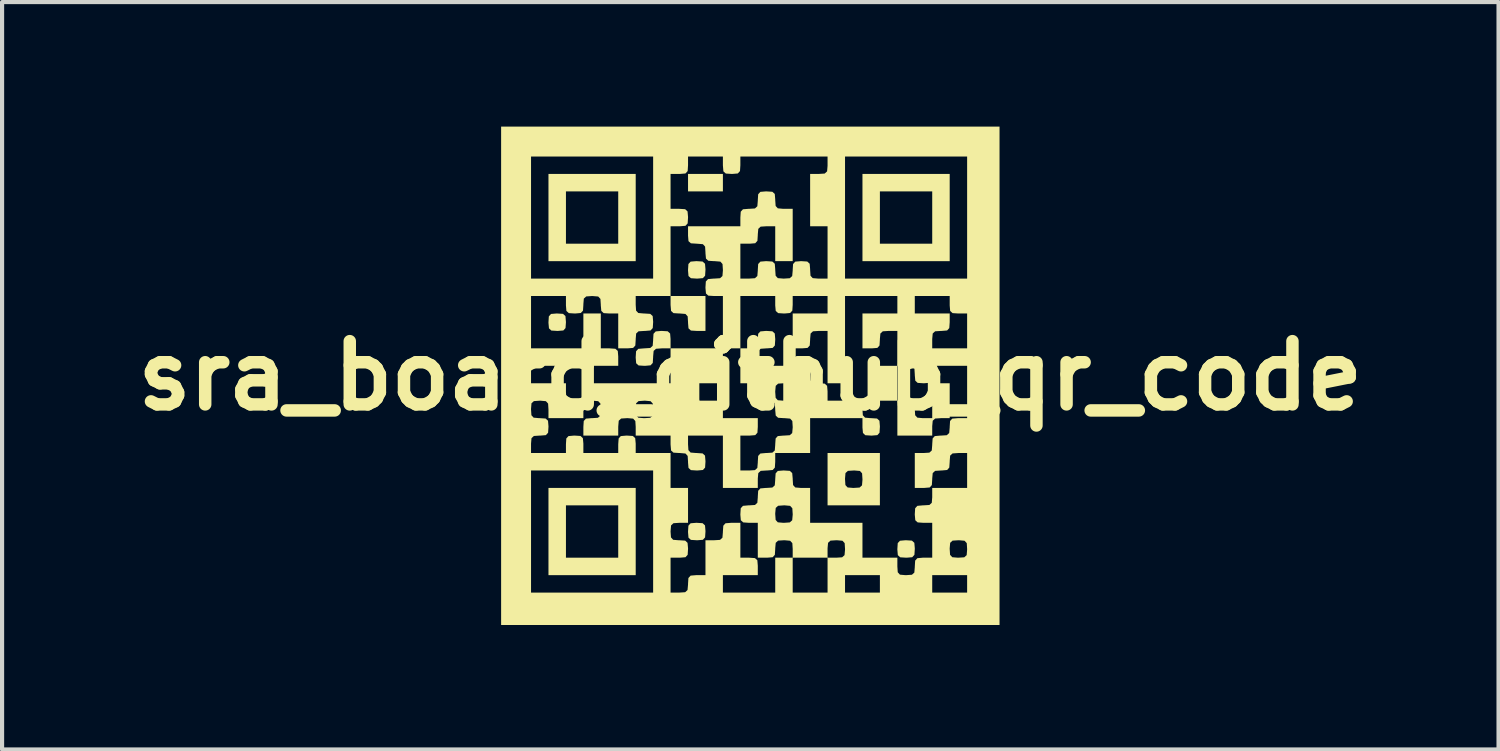
<source format=kicad_pcb>
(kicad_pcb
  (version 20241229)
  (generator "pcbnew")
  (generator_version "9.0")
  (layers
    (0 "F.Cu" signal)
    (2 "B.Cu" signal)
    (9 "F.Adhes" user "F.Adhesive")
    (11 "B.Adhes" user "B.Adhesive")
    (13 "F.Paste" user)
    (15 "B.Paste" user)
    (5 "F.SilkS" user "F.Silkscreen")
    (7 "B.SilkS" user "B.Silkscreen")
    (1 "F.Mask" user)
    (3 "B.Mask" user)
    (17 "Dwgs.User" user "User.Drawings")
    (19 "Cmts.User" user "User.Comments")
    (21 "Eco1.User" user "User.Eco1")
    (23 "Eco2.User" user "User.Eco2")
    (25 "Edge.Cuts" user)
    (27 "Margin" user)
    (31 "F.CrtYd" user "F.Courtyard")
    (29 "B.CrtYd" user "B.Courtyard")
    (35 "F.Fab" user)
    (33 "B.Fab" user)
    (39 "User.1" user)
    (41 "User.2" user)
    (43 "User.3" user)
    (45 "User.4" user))
  (footprint "sra_board_github_qr_code"
    (layer "F.Cu")
    (at 15.03 6.005)
    (property "Reference" "sra_board_github_qr_code" (at 0 0 0) (layer "F.SilkS") (effects (font (size 1.524 1.524) (thickness 0.3))))
    (attr board_only exclude_from_pos_files exclude_from_bom)
    (fp_poly (pts (xy -0.661 -4.443) (xy -1.501 -4.443) (xy -1.501 -4.864) (xy -0.661 -4.864)) (stroke (width 0) (type solid)) (fill yes) (layer "F.SilkS"))
    (fp_poly (pts (xy 3.543 0.6) (xy 3.122 0.6) (xy 3.122 -0.24) (xy 3.543 -0.24)) (stroke (width 0) (type solid)) (fill yes) (layer "F.SilkS"))
    (fp_poly (pts (xy -2.762 -2.762) (xy -4.864 -2.762) (xy -4.864 -3.183) (xy -4.443 -3.183) (xy -3.183 -3.183) (xy -3.183 -4.443) (xy -4.443 -4.443) (xy -4.443 -3.183) (xy -4.864 -3.183) (xy -4.864 -4.864) (xy -2.762 -4.864)) (stroke (width 0) (type solid)) (fill yes) (layer "F.SilkS"))
    (fp_poly (pts (xy -2.762 4.804) (xy -4.864 4.804) (xy -4.864 4.383) (xy -4.443 4.383) (xy -3.183 4.383) (xy -3.183 3.122) (xy -4.443 3.122) (xy -4.443 4.383) (xy -4.864 4.383) (xy -4.864 2.702) (xy -2.762 2.702)) (stroke (width 0) (type solid)) (fill yes) (layer "F.SilkS"))
    (fp_poly (pts (xy 4.804 -2.762) (xy 2.702 -2.762) (xy 2.702 -3.183) (xy 3.122 -3.183) (xy 4.383 -3.183) (xy 4.383 -4.443) (xy 3.122 -4.443) (xy 3.122 -3.183) (xy 2.702 -3.183) (xy 2.702 -4.864) (xy 4.804 -4.864)) (stroke (width 0) (type solid)) (fill yes) (layer "F.SilkS"))
    (fp_poly (pts (xy -4.513 -1.492) (xy -4.455 -1.439) (xy -4.444 -1.307) (xy -4.443 -1.291) (xy -4.453 -1.15) (xy -4.505 -1.092) (xy -4.638 -1.081) (xy -4.654 -1.081) (xy -4.795 -1.09) (xy -4.852 -1.143) (xy -4.864 -1.275) (xy -4.864 -1.291) (xy -4.855 -1.432) (xy -4.802 -1.49) (xy -4.67 -1.501) (xy -4.654 -1.501)) (stroke (width 0) (type solid)) (fill yes) (layer "F.SilkS"))
    (fp_poly (pts (xy -1.15 -2.753) (xy -1.092 -2.7) (xy -1.081 -2.568) (xy -1.081 -2.552) (xy -1.09 -2.411) (xy -1.143 -2.353) (xy -1.275 -2.342) (xy -1.291 -2.342) (xy -1.432 -2.351) (xy -1.49 -2.404) (xy -1.501 -2.536) (xy -1.501 -2.552) (xy -1.492 -2.693) (xy -1.439 -2.751) (xy -1.307 -2.762) (xy -1.291 -2.762)) (stroke (width 0) (type solid)) (fill yes) (layer "F.SilkS"))
    (fp_poly (pts (xy -1.15 3.552) (xy -1.092 3.605) (xy -1.081 3.737) (xy -1.081 3.753) (xy -1.09 3.894) (xy -1.143 3.952) (xy -1.275 3.963) (xy -1.291 3.963) (xy -1.432 3.954) (xy -1.49 3.901) (xy -1.501 3.769) (xy -1.501 3.753) (xy -1.492 3.612) (xy -1.439 3.554) (xy -1.307 3.543) (xy -1.291 3.543)) (stroke (width 0) (type solid)) (fill yes) (layer "F.SilkS"))
    (fp_poly (pts (xy -1.081 -1.081) (xy -1.291 -1.081) (xy -1.432 -1.09) (xy -1.49 -1.143) (xy -1.501 -1.275) (xy -1.501 -1.291) (xy -1.51 -1.432) (xy -1.563 -1.49) (xy -1.695 -1.501) (xy -1.711 -1.501) (xy -1.852 -1.51) (xy -1.91 -1.563) (xy -1.921 -1.695) (xy -1.922 -1.711) (xy -1.922 -1.922) (xy -1.081 -1.922)) (stroke (width 0) (type solid)) (fill yes) (layer "F.SilkS"))
    (fp_poly (pts (xy 3.894 3.972) (xy 3.952 4.025) (xy 3.963 4.157) (xy 3.963 4.173) (xy 3.954 4.314) (xy 3.901 4.372) (xy 3.769 4.383) (xy 3.753 4.383) (xy 3.612 4.374) (xy 3.554 4.322) (xy 3.543 4.189) (xy 3.543 4.173) (xy 3.552 4.032) (xy 3.605 3.975) (xy 3.737 3.963) (xy 3.753 3.963)) (stroke (width 0) (type solid)) (fill yes) (layer "F.SilkS"))
    (fp_poly (pts (xy 4.804 1.021) (xy 4.594 1.021) (xy 4.453 1.03) (xy 4.395 1.083) (xy 4.383 1.215) (xy 4.383 1.231) (xy 4.383 1.441) (xy 3.543 1.441) (xy 3.543 0.6) (xy 3.753 0.6) (xy 3.894 0.61) (xy 3.952 0.662) (xy 3.963 0.795) (xy 3.963 0.811) (xy 3.972 0.951) (xy 4.025 1.009) (xy 4.157 1.021) (xy 4.173 1.021) (xy 4.383 1.021) (xy 4.383 0.18) (xy 4.804 0.18)) (stroke (width 0) (type solid)) (fill yes) (layer "F.SilkS"))
    (fp_poly (pts (xy 3.122 3.122) (xy 1.861 3.122) (xy 1.861 2.492) (xy 2.282 2.492) (xy 2.291 2.633) (xy 2.344 2.691) (xy 2.476 2.702) (xy 2.492 2.702) (xy 2.633 2.693) (xy 2.691 2.64) (xy 2.702 2.508) (xy 2.702 2.492) (xy 2.693 2.351) (xy 2.64 2.293) (xy 2.508 2.282) (xy 2.492 2.282) (xy 2.351 2.291) (xy 2.293 2.344) (xy 2.282 2.476) (xy 2.282 2.492) (xy 1.861 2.492) (xy 1.861 1.861) (xy 3.122 1.861)) (stroke (width 0) (type solid)) (fill yes) (layer "F.SilkS"))
    (fp_poly (pts (xy -1.991 -1.072) (xy -1.933 -1.019) (xy -1.922 -0.887) (xy -1.922 -0.871) (xy -1.922 -0.661) (xy -2.132 -0.661) (xy -2.273 -0.651) (xy -2.33 -0.599) (xy -2.342 -0.466) (xy -2.342 -0.45) (xy -2.351 -0.309) (xy -2.404 -0.252) (xy -2.536 -0.24) (xy -2.552 -0.24) (xy -2.693 -0.249) (xy -2.751 -0.302) (xy -2.762 -0.434) (xy -2.762 -0.45) (xy -2.753 -0.591) (xy -2.7 -0.649) (xy -2.568 -0.66) (xy -2.552 -0.661) (xy -2.411 -0.67) (xy -2.353 -0.722) (xy -2.342 -0.855) (xy -2.342 -0.871) (xy -2.333 -1.012) (xy -2.28 -1.069) (xy -2.148 -1.081) (xy -2.132 -1.081)) (stroke (width 0) (type solid)) (fill yes) (layer "F.SilkS"))
    (fp_poly (pts (xy 0.531 -1.072) (xy 0.589 -1.019) (xy 0.6 -0.887) (xy 0.6 -0.871) (xy 0.591 -0.73) (xy 0.539 -0.672) (xy 0.406 -0.661) (xy 0.39 -0.661) (xy 0.249 -0.651) (xy 0.192 -0.599) (xy 0.18 -0.466) (xy 0.18 -0.45) (xy 0.18 -0.24) (xy 1.441 -0.24) (xy 1.441 -0.03) (xy 1.45 0.111) (xy 1.503 0.169) (xy 1.635 0.18) (xy 1.651 0.18) (xy 1.792 0.189) (xy 1.85 0.242) (xy 1.861 0.374) (xy 1.861 0.39) (xy 1.861 0.6) (xy 2.702 0.6) (xy 2.702 0.811) (xy 2.711 0.951) (xy 2.764 1.009) (xy 2.896 1.021) (xy 2.912 1.021) (xy 3.053 1.03) (xy 3.111 1.083) (xy 3.122 1.215) (xy 3.122 1.231) (xy 3.113 1.372) (xy 3.061 1.43) (xy 2.928 1.441) (xy 2.912 1.441) (xy 2.771 1.432) (xy 2.714 1.379) (xy 2.702 1.247) (xy 2.702 1.231) (xy 2.702 1.021) (xy 1.441 1.021) (xy 1.441 1.861) (xy 0.6 1.861) (xy 0.6 2.072) (xy 0.591 2.212) (xy 0.539 2.27) (xy 0.406 2.282) (xy 0.39 2.282) (xy 0.249 2.291) (xy 0.192 2.344) (xy 0.18 2.476) (xy 0.18 2.492) (xy 0.18 2.702) (xy -0.661 2.702) (xy -0.661 1.441) (xy -1.501 1.441) (xy -1.501 1.651) (xy -1.492 1.792) (xy -1.439 1.85) (xy -1.307 1.861) (xy -1.291 1.861) (xy -1.15 1.871) (xy -1.092 1.923) (xy -1.081 2.056) (xy -1.081 2.072) (xy -1.09 2.212) (xy -1.143 2.27) (xy -1.275 2.282) (xy -1.291 2.282) (xy -1.432 2.273) (xy -1.49 2.22) (xy -1.501 2.088) (xy -1.501 2.072) (xy -1.51 1.931) (xy -1.563 1.873) (xy -1.695 1.861) (xy -1.711 1.861) (xy -1.852 1.852) (xy -1.91 1.8) (xy -1.921 1.667) (xy -1.922 1.651) (xy -1.922 1.441) (xy -2.762 1.441) (xy -2.762 1.231) (xy -2.771 1.09) (xy -2.824 1.032) (xy -2.956 1.021) (xy -2.972 1.021) (xy -3.113 1.03) (xy -3.171 1.083) (xy -3.182 1.215) (xy -3.183 1.231) (xy -3.183 1.441) (xy -4.023 1.441) (xy -4.023 1.231) (xy -4.014 1.09) (xy -3.961 1.032) (xy -3.829 1.021) (xy -3.813 1.021) (xy -3.672 1.012) (xy -3.614 0.959) (xy -3.603 0.827) (xy -3.603 0.811) (xy -2.762 0.811) (xy -2.753 0.951) (xy -2.7 1.009) (xy -2.568 1.021) (xy -2.552 1.021) (xy -2.411 1.012) (xy -2.353 0.959) (xy -2.342 0.827) (xy -2.342 0.811) (xy -2.351 0.67) (xy -2.404 0.612) (xy -2.536 0.6) (xy -2.552 0.6) (xy -2.693 0.61) (xy -2.751 0.662) (xy -2.762 0.795) (xy -2.762 0.811) (xy -3.603 0.811) (xy -3.612 0.67) (xy -3.665 0.612) (xy -3.797 0.6) (xy -3.813 0.6) (xy -3.954 0.591) (xy -4.012 0.539) (xy -4.023 0.406) (xy -4.023 0.39) (xy -4.023 0.18) (xy -1.922 0.18) (xy -1.922 -0.661) (xy -0.661 -0.661) (xy -0.661 0.18) (xy -1.501 0.18) (xy -1.501 0.6) (xy -0.661 0.6) (xy -0.661 1.021) (xy 0.18 1.021) (xy 0.18 1.231) (xy 0.171 1.372) (xy 0.118 1.43) (xy -0.014 1.441) (xy -0.03 1.441) (xy -0.24 1.441) (xy -0.24 2.282) (xy -0.03 2.282) (xy 0.111 2.273) (xy 0.169 2.22) (xy 0.18 2.088) (xy 0.18 2.072) (xy 0.189 1.931) (xy 0.242 1.873) (xy 0.374 1.861) (xy 0.39 1.861) (xy 0.531 1.852) (xy 0.589 1.8) (xy 0.6 1.667) (xy 0.6 1.651) (xy 0.61 1.51) (xy 0.662 1.453) (xy 0.795 1.441) (xy 0.811 1.441) (xy 0.951 1.432) (xy 1.009 1.379) (xy 1.021 1.247) (xy 1.021 1.231) (xy 1.012 1.09) (xy 0.959 1.032) (xy 0.827 1.021) (xy 0.811 1.021) (xy 0.67 1.012) (xy 0.612 0.959) (xy 0.6 0.827) (xy 0.6 0.811) (xy 0.591 0.67) (xy 0.539 0.612) (xy 0.406 0.6) (xy 0.39 0.6) (xy 0.249 0.591) (xy 0.192 0.539) (xy 0.18 0.406) (xy 0.18 0.39) (xy 0.6 0.39) (xy 0.61 0.531) (xy 0.662 0.589) (xy 0.795 0.6) (xy 0.811 0.6) (xy 0.951 0.591) (xy 1.009 0.539) (xy 1.021 0.406) (xy 1.021 0.39) (xy 1.012 0.249) (xy 0.959 0.192) (xy 0.827 0.18) (xy 0.811 0.18) (xy 0.67 0.189) (xy 0.612 0.242) (xy 0.6 0.374) (xy 0.6 0.39) (xy 0.18 0.39) (xy 0.171 0.249) (xy 0.118 0.192) (xy -0.014 0.18) (xy -0.03 0.18) (xy -0.24 0.18) (xy -0.24 -0.661) (xy -0.03 -0.661) (xy 0.111 -0.67) (xy 0.169 -0.722) (xy 0.18 -0.855) (xy 0.18 -0.871) (xy 0.189 -1.012) (xy 0.242 -1.069) (xy 0.374 -1.081) (xy 0.39 -1.081)) (stroke (width 0) (type solid)) (fill yes) (layer "F.SilkS"))
    (fp_poly (pts (xy 6.005 6.005) (xy -6.005 6.005) (xy -6.005 5.224) (xy -5.284 5.224) (xy -2.342 5.224) (xy -2.342 2.282) (xy -5.284 2.282) (xy -5.284 5.224) (xy -6.005 5.224) (xy -6.005 1.861) (xy -5.284 1.861) (xy -4.443 1.861) (xy -4.443 1.651) (xy -4.434 1.51) (xy -4.382 1.453) (xy -4.249 1.441) (xy -4.233 1.441) (xy -4.092 1.45) (xy -4.035 1.503) (xy -4.023 1.635) (xy -4.023 1.651) (xy -4.023 1.861) (xy -3.183 1.861) (xy -3.183 1.651) (xy -3.173 1.51) (xy -3.121 1.453) (xy -2.988 1.441) (xy -2.972 1.441) (xy -2.831 1.45) (xy -2.774 1.503) (xy -2.762 1.635) (xy -2.762 1.651) (xy -2.762 1.861) (xy -1.922 1.861) (xy -1.922 2.702) (xy -1.501 2.702) (xy -1.501 3.543) (xy -1.711 3.543) (xy -1.852 3.552) (xy -1.91 3.605) (xy -1.921 3.737) (xy -1.922 3.753) (xy -1.912 3.894) (xy -1.86 3.952) (xy -1.727 3.963) (xy -1.711 3.963) (xy -1.57 3.972) (xy -1.513 4.025) (xy -1.501 4.157) (xy -1.501 4.173) (xy -1.51 4.314) (xy -1.563 4.372) (xy -1.695 4.383) (xy -1.711 4.383) (xy -1.922 4.383) (xy -1.922 5.224) (xy -1.711 5.224) (xy -1.57 5.215) (xy -1.513 5.162) (xy -1.501 5.03) (xy -1.501 5.014) (xy -1.492 4.873) (xy -1.439 4.815) (xy -1.307 4.804) (xy -1.291 4.804) (xy -1.081 4.804) (xy -1.081 3.963) (xy -0.871 3.963) (xy -0.73 3.954) (xy -0.672 3.901) (xy -0.661 3.769) (xy -0.661 3.753) (xy -0.651 3.612) (xy -0.599 3.554) (xy -0.466 3.543) (xy -0.45 3.543) (xy -0.24 3.543) (xy -0.24 4.383) (xy -0.03 4.383) (xy 0.111 4.393) (xy 0.169 4.445) (xy 0.18 4.578) (xy 0.18 4.594) (xy 0.18 4.804) (xy -0.661 4.804) (xy -0.661 5.224) (xy 0.6 5.224) (xy 1.021 5.224) (xy 1.861 5.224) (xy 2.282 5.224) (xy 3.122 5.224) (xy 4.383 5.224) (xy 5.224 5.224) (xy 5.224 4.804) (xy 4.383 4.804) (xy 4.383 5.224) (xy 3.122 5.224) (xy 3.122 4.804) (xy 2.282 4.804) (xy 2.282 5.224) (xy 1.861 5.224) (xy 1.861 4.383) (xy 2.072 4.383) (xy 2.212 4.374) (xy 2.27 4.322) (xy 2.282 4.189) (xy 2.282 4.173) (xy 2.273 4.032) (xy 2.22 3.975) (xy 2.088 3.963) (xy 2.072 3.963) (xy 1.931 3.972) (xy 1.873 4.025) (xy 1.861 4.157) (xy 1.861 4.173) (xy 1.861 4.383) (xy 1.021 4.383) (xy 1.021 5.224) (xy 0.6 5.224) (xy 0.6 4.383) (xy 1.021 4.383) (xy 1.021 4.173) (xy 1.012 4.032) (xy 0.959 3.975) (xy 0.827 3.963) (xy 0.811 3.963) (xy 0.67 3.972) (xy 0.612 4.025) (xy 0.6 4.157) (xy 0.6 4.173) (xy 0.591 4.314) (xy 0.539 4.372) (xy 0.406 4.383) (xy 0.39 4.383) (xy 0.18 4.383) (xy 0.18 3.543) (xy -0.03 3.543) (xy -0.171 3.533) (xy -0.229 3.481) (xy -0.24 3.349) (xy -0.24 3.333) (xy 0.6 3.333) (xy 0.61 3.473) (xy 0.662 3.531) (xy 0.795 3.543) (xy 0.811 3.543) (xy 0.951 3.533) (xy 1.009 3.481) (xy 1.021 3.349) (xy 1.021 3.333) (xy 1.012 3.192) (xy 0.959 3.134) (xy 0.827 3.122) (xy 0.811 3.122) (xy 0.67 3.132) (xy 0.612 3.184) (xy 0.6 3.317) (xy 0.6 3.333) (xy -0.24 3.333) (xy -0.231 3.192) (xy -0.178 3.134) (xy -0.046 3.122) (xy -0.03 3.122) (xy 0.111 3.113) (xy 0.169 3.061) (xy 0.18 2.928) (xy 0.18 2.912) (xy 0.189 2.771) (xy 0.242 2.714) (xy 0.374 2.702) (xy 0.39 2.702) (xy 0.531 2.693) (xy 0.589 2.64) (xy 0.6 2.508) (xy 0.6 2.492) (xy 0.61 2.351) (xy 0.662 2.293) (xy 0.795 2.282) (xy 0.811 2.282) (xy 0.951 2.291) (xy 1.009 2.344) (xy 1.021 2.476) (xy 1.021 2.492) (xy 1.03 2.633) (xy 1.083 2.691) (xy 1.215 2.702) (xy 1.231 2.702) (xy 1.441 2.702) (xy 1.441 3.543) (xy 2.702 3.543) (xy 2.702 4.383) (xy 3.543 4.383) (xy 3.543 4.594) (xy 3.552 4.734) (xy 3.605 4.792) (xy 3.737 4.804) (xy 3.753 4.804) (xy 3.894 4.794) (xy 3.952 4.742) (xy 3.963 4.61) (xy 3.963 4.594) (xy 3.972 4.453) (xy 4.025 4.395) (xy 4.157 4.383) (xy 4.173 4.383) (xy 4.383 4.383) (xy 4.383 4.173) (xy 4.804 4.173) (xy 4.813 4.314) (xy 4.866 4.372) (xy 4.998 4.383) (xy 5.014 4.383) (xy 5.155 4.374) (xy 5.213 4.322) (xy 5.224 4.189) (xy 5.224 4.173) (xy 5.215 4.032) (xy 5.162 3.975) (xy 5.03 3.963) (xy 5.014 3.963) (xy 4.873 3.972) (xy 4.815 4.025) (xy 4.804 4.157) (xy 4.804 4.173) (xy 4.383 4.173) (xy 4.383 3.543) (xy 4.173 3.543) (xy 4.032 3.533) (xy 3.975 3.481) (xy 3.963 3.349) (xy 3.963 3.333) (xy 3.972 3.192) (xy 4.025 3.134) (xy 4.157 3.122) (xy 4.173 3.122) (xy 4.314 3.113) (xy 4.372 3.061) (xy 4.383 2.928) (xy 4.383 2.912) (xy 4.383 2.702) (xy 5.224 2.702) (xy 5.224 1.861) (xy 5.014 1.861) (xy 4.873 1.871) (xy 4.815 1.923) (xy 4.804 2.056) (xy 4.804 2.072) (xy 4.794 2.212) (xy 4.742 2.27) (xy 4.61 2.282) (xy 4.594 2.282) (xy 4.453 2.291) (xy 4.395 2.344) (xy 4.383 2.476) (xy 4.383 2.492) (xy 4.374 2.633) (xy 4.322 2.691) (xy 4.189 2.702) (xy 4.173 2.702) (xy 3.963 2.702) (xy 3.963 1.861) (xy 4.173 1.861) (xy 4.314 1.852) (xy 4.372 1.8) (xy 4.383 1.667) (xy 4.383 1.651) (xy 4.393 1.51) (xy 4.445 1.453) (xy 4.578 1.441) (xy 4.594 1.441) (xy 4.734 1.432) (xy 4.792 1.379) (xy 4.804 1.247) (xy 4.804 1.231) (xy 4.813 1.09) (xy 4.866 1.032) (xy 4.998 1.021) (xy 5.014 1.021) (xy 5.224 1.021) (xy 5.224 -0.24) (xy 4.383 -0.24) (xy 4.383 -0.03) (xy 4.374 0.111) (xy 4.322 0.169) (xy 4.189 0.18) (xy 4.173 0.18) (xy 4.032 0.171) (xy 3.975 0.118) (xy 3.963 -0.014) (xy 3.963 -0.03) (xy 3.954 -0.171) (xy 3.901 -0.229) (xy 3.769 -0.24) (xy 3.753 -0.24) (xy 3.543 -0.24) (xy 3.543 -1.081) (xy 3.333 -1.081) (xy 3.192 -1.072) (xy 3.134 -1.019) (xy 3.122 -0.887) (xy 3.122 -0.871) (xy 3.113 -0.73) (xy 3.061 -0.672) (xy 2.928 -0.661) (xy 2.912 -0.661) (xy 2.702 -0.661) (xy 2.702 -1.501) (xy 3.543 -1.501) (xy 3.963 -1.501) (xy 4.804 -1.501) (xy 4.804 -1.291) (xy 4.794 -1.15) (xy 4.742 -1.092) (xy 4.61 -1.081) (xy 4.594 -1.081) (xy 4.453 -1.072) (xy 4.395 -1.019) (xy 4.383 -0.887) (xy 4.383 -0.871) (xy 4.383 -0.661) (xy 5.224 -0.661) (xy 5.224 -1.501) (xy 5.014 -1.501) (xy 4.873 -1.51) (xy 4.815 -1.563) (xy 4.804 -1.695) (xy 4.804 -1.711) (xy 4.804 -1.922) (xy 3.963 -1.922) (xy 3.963 -1.501) (xy 3.543 -1.501) (xy 3.543 -1.922) (xy 2.282 -1.922) (xy 2.282 0.18) (xy 1.861 0.18) (xy 1.861 -1.081) (xy 1.651 -1.081) (xy 1.51 -1.072) (xy 1.453 -1.019) (xy 1.441 -0.887) (xy 1.441 -0.871) (xy 1.432 -0.73) (xy 1.379 -0.672) (xy 1.247 -0.661) (xy 1.231 -0.661) (xy 1.021 -0.661) (xy 1.021 -1.501) (xy 1.861 -1.501) (xy 1.861 -1.922) (xy 1.021 -1.922) (xy 1.021 -1.711) (xy 1.012 -1.57) (xy 0.959 -1.513) (xy 0.827 -1.501) (xy 0.811 -1.501) (xy 0.67 -1.51) (xy 0.612 -1.563) (xy 0.6 -1.695) (xy 0.6 -1.711) (xy 0.6 -1.922) (xy -0.24 -1.922) (xy -0.24 -0.661) (xy -0.661 -0.661) (xy -0.661 -1.922) (xy -0.871 -1.922) (xy -1.012 -1.931) (xy -1.069 -1.983) (xy -1.081 -2.116) (xy -1.081 -2.132) (xy -1.072 -2.273) (xy -1.019 -2.33) (xy -0.887 -2.342) (xy -0.871 -2.342) (xy -0.73 -2.351) (xy -0.672 -2.404) (xy -0.661 -2.536) (xy -0.661 -2.552) (xy -0.67 -2.693) (xy -0.722 -2.751) (xy -0.855 -2.762) (xy -0.871 -2.762) (xy -1.012 -2.771) (xy -1.069 -2.824) (xy -1.081 -2.956) (xy -1.081 -2.972) (xy -1.09 -3.113) (xy -1.143 -3.171) (xy -1.275 -3.182) (xy -1.291 -3.183) (xy -1.432 -3.192) (xy -1.49 -3.244) (xy -1.501 -3.377) (xy -1.501 -3.393) (xy -1.501 -3.603) (xy -0.24 -3.603) (xy -0.24 -3.813) (xy -0.231 -3.954) (xy -0.178 -4.012) (xy -0.046 -4.023) (xy -0.03 -4.023) (xy 0.111 -4.032) (xy 0.169 -4.085) (xy 0.18 -4.217) (xy 0.18 -4.233) (xy 0.189 -4.374) (xy 0.242 -4.432) (xy 0.374 -4.443) (xy 0.39 -4.443) (xy 0.531 -4.434) (xy 0.589 -4.382) (xy 0.6 -4.249) (xy 0.6 -4.233) (xy 0.61 -4.092) (xy 0.662 -4.035) (xy 0.795 -4.023) (xy 0.811 -4.023) (xy 1.021 -4.023) (xy 1.021 -2.762) (xy 0.6 -2.762) (xy 0.6 -3.603) (xy 0.39 -3.603) (xy 0.249 -3.594) (xy 0.192 -3.541) (xy 0.18 -3.409) (xy 0.18 -3.393) (xy 0.171 -3.252) (xy 0.118 -3.194) (xy -0.014 -3.183) (xy -0.03 -3.183) (xy -0.24 -3.183) (xy -0.24 -2.342) (xy -0.03 -2.342) (xy 0.111 -2.351) (xy 0.169 -2.404) (xy 0.18 -2.536) (xy 0.18 -2.552) (xy 0.189 -2.693) (xy 0.242 -2.751) (xy 0.374 -2.762) (xy 0.39 -2.762) (xy 0.531 -2.753) (xy 0.589 -2.7) (xy 0.6 -2.568) (xy 0.6 -2.552) (xy 0.61 -2.411) (xy 0.662 -2.353) (xy 0.795 -2.342) (xy 0.811 -2.342) (xy 0.951 -2.351) (xy 1.009 -2.404) (xy 1.021 -2.536) (xy 1.021 -2.552) (xy 1.03 -2.693) (xy 1.083 -2.751) (xy 1.215 -2.762) (xy 1.231 -2.762) (xy 1.372 -2.753) (xy 1.43 -2.7) (xy 1.441 -2.568) (xy 1.441 -2.552) (xy 1.45 -2.411) (xy 1.503 -2.353) (xy 1.635 -2.342) (xy 1.651 -2.342) (xy 1.861 -2.342) (xy 2.282 -2.342) (xy 5.224 -2.342) (xy 5.224 -5.284) (xy 2.282 -5.284) (xy 2.282 -2.342) (xy 1.861 -2.342) (xy 1.861 -3.603) (xy 1.441 -3.603) (xy 1.441 -4.864) (xy 1.651 -4.864) (xy 1.792 -4.873) (xy 1.85 -4.926) (xy 1.861 -5.058) (xy 1.861 -5.074) (xy 1.861 -5.284) (xy -0.24 -5.284) (xy -0.24 -5.074) (xy -0.249 -4.933) (xy -0.302 -4.875) (xy -0.434 -4.864) (xy -0.45 -4.864) (xy -0.591 -4.873) (xy -0.649 -4.926) (xy -0.66 -5.058) (xy -0.661 -5.074) (xy -0.661 -5.284) (xy -1.501 -5.284) (xy -1.501 -5.074) (xy -1.51 -4.933) (xy -1.563 -4.875) (xy -1.695 -4.864) (xy -1.711 -4.864) (xy -1.922 -4.864) (xy -1.922 -4.023) (xy -1.711 -4.023) (xy -1.57 -4.014) (xy -1.513 -3.961) (xy -1.501 -3.829) (xy -1.501 -3.813) (xy -1.51 -3.672) (xy -1.563 -3.614) (xy -1.695 -3.603) (xy -1.711 -3.603) (xy -1.922 -3.603) (xy -1.922 -1.922) (xy -2.762 -1.922) (xy -2.762 -1.711) (xy -2.753 -1.57) (xy -2.7 -1.513) (xy -2.568 -1.501) (xy -2.552 -1.501) (xy -2.411 -1.492) (xy -2.353 -1.439) (xy -2.342 -1.307) (xy -2.342 -1.291) (xy -2.351 -1.15) (xy -2.404 -1.092) (xy -2.536 -1.081) (xy -2.552 -1.081) (xy -2.693 -1.072) (xy -2.751 -1.019) (xy -2.762 -0.887) (xy -2.762 -0.871) (xy -2.771 -0.73) (xy -2.824 -0.672) (xy -2.956 -0.661) (xy -2.972 -0.661) (xy -3.183 -0.661) (xy -3.183 -1.501) (xy -3.393 -1.501) (xy -3.534 -1.51) (xy -3.591 -1.563) (xy -3.603 -1.695) (xy -3.603 -1.711) (xy -3.612 -1.852) (xy -3.665 -1.91) (xy -3.797 -1.921) (xy -3.813 -1.922) (xy -3.954 -1.912) (xy -4.012 -1.86) (xy -4.023 -1.727) (xy -4.023 -1.711) (xy -4.032 -1.57) (xy -4.085 -1.513) (xy -4.217 -1.501) (xy -4.233 -1.501) (xy -4.374 -1.51) (xy -4.432 -1.563) (xy -4.443 -1.695) (xy -4.443 -1.711) (xy -4.443 -1.922) (xy -5.284 -1.922) (xy -5.284 -0.661) (xy -4.023 -0.661) (xy -4.023 -1.501) (xy -3.603 -1.501) (xy -3.603 -0.661) (xy -3.393 -0.661) (xy -3.252 -0.651) (xy -3.194 -0.599) (xy -3.183 -0.466) (xy -3.183 -0.45) (xy -3.183 -0.24) (xy -5.284 -0.24) (xy -5.284 0.18) (xy -4.443 0.18) (xy -4.443 0.39) (xy -4.434 0.531) (xy -4.382 0.589) (xy -4.249 0.6) (xy -4.233 0.6) (xy -4.092 0.61) (xy -4.035 0.662) (xy -4.023 0.795) (xy -4.023 0.811) (xy -4.023 1.021) (xy -4.864 1.021) (xy -4.864 0.811) (xy -4.873 0.67) (xy -4.926 0.612) (xy -5.058 0.6) (xy -5.074 0.6) (xy -5.215 0.61) (xy -5.273 0.662) (xy -5.284 0.795) (xy -5.284 0.811) (xy -5.275 0.951) (xy -5.222 1.009) (xy -5.09 1.021) (xy -5.074 1.021) (xy -4.933 1.03) (xy -4.875 1.083) (xy -4.864 1.215) (xy -4.864 1.231) (xy -4.873 1.372) (xy -4.926 1.43) (xy -5.058 1.441) (xy -5.074 1.441) (xy -5.215 1.45) (xy -5.273 1.503) (xy -5.284 1.635) (xy -5.284 1.651) (xy -5.284 1.861) (xy -6.005 1.861) (xy -6.005 -2.342) (xy -5.284 -2.342) (xy -2.342 -2.342) (xy -2.342 -5.284) (xy -5.284 -5.284) (xy -5.284 -2.342) (xy -6.005 -2.342) (xy -6.005 -6.005) (xy 6.005 -6.005)) (stroke (width 0) (type solid)) (fill yes) (layer "F.SilkS")))
  (gr_rect
    (start -3 -3)
    (end 33.059 15.009)
    (stroke (width 0.1) (type default))
    (fill no)
    (layer "Edge.Cuts")))
</source>
